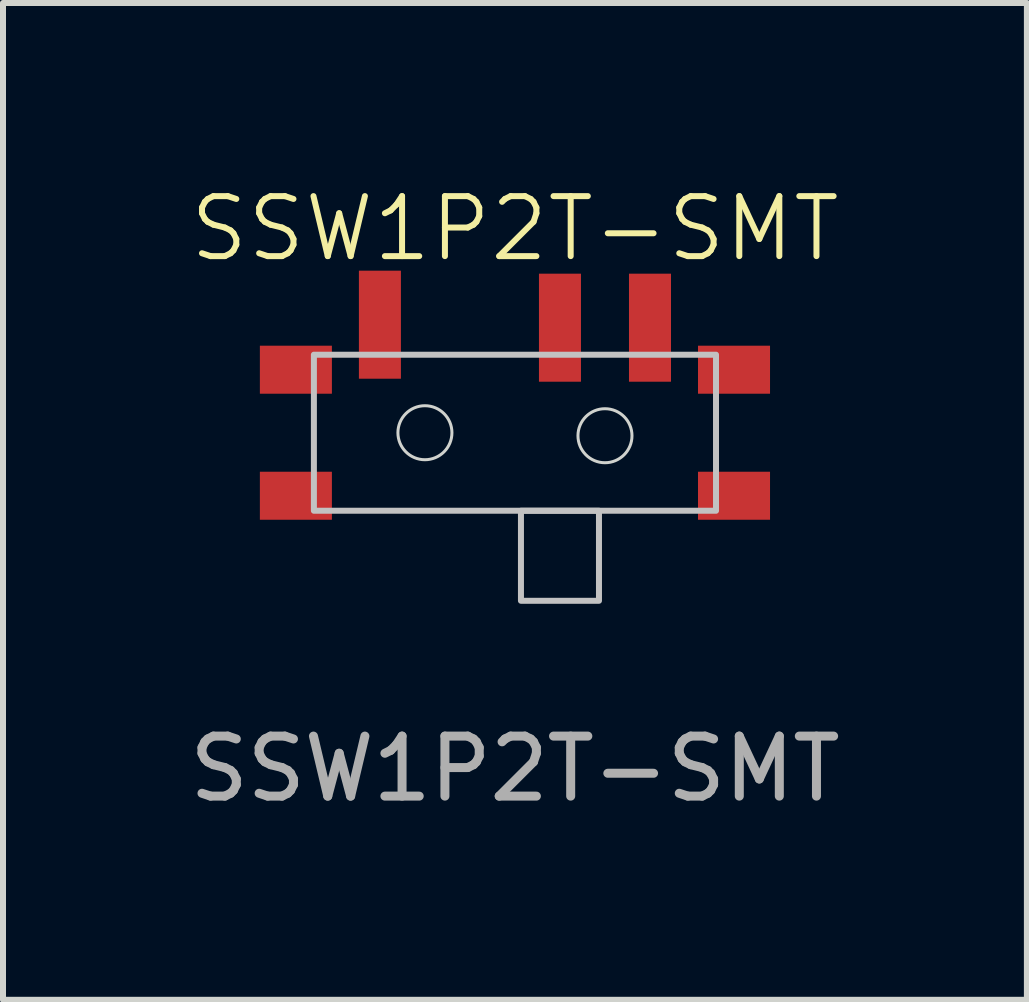
<source format=kicad_pcb>
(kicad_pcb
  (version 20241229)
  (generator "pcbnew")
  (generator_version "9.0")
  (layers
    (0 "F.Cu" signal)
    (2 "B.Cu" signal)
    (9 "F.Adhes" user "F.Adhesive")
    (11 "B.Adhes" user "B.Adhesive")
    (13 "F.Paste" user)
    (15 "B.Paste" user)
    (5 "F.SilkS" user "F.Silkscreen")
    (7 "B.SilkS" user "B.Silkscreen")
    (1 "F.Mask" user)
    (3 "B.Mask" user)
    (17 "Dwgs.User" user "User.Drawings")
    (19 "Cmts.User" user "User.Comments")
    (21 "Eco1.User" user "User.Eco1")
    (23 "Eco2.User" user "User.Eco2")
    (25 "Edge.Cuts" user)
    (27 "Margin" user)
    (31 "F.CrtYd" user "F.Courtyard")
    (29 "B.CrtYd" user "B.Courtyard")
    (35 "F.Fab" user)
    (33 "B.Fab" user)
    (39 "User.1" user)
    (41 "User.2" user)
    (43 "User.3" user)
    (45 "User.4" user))
  (footprint "SSW1P2T-SMT"
    (layer "F.Cu")
    (at 5.53 4.16)
    (property "Reference" "SSW1P2T-SMT" (at 0 -3.4 0) (unlocked yes) (layer "F.SilkS") (effects (font (size 1 1) (thickness 0.1))))
    (attr smd)
    (fp_rect (start -3.35 -1.3) (end 3.35 1.3) (stroke (width 0.1) (type default)) (fill no) (layer "Dwgs.User"))
    (fp_rect (start 0.1 1.3) (end 1.4 2.8) (stroke (width 0.1) (type default)) (fill no) (layer "Dwgs.User"))
    (fp_circle (center -1.5 0) (end -1.05 0) (stroke (width 0.05) (type default)) (fill no) (layer "Edge.Cuts"))
    (fp_circle (center 1.5 0.05) (end 1.95 0.05) (stroke (width 0.05) (type default)) (fill no) (layer "Edge.Cuts"))
    (fp_text user "${REFERENCE}" (at 0 5.6 0) (unlocked yes) (layer "F.Fab") (effects (font (size 1 1) (thickness 0.15))))
    (pad "1" smd rect (at -2.25 -1.8) (size 0.7 1.8) (layers "F.Cu" "F.Mask" "F.Paste"))
    (pad "2" smd rect (at 0.75 -1.75) (size 0.7 1.8) (layers "F.Cu" "F.Mask" "F.Paste"))
    (pad "3" smd rect (at 2.25 -1.75) (size 0.7 1.8) (layers "F.Cu" "F.Mask" "F.Paste"))
    (pad "4" smd rect (at -3.65 -1.05) (size 1.2 0.8) (layers "F.Cu" "F.Mask" "F.Paste"))
    (pad "4" smd rect (at -3.65 1.05) (size 1.2 0.8) (layers "F.Cu" "F.Mask" "F.Paste"))
    (pad "4" smd rect (at 3.65 -1.05) (size 1.2 0.8) (layers "F.Cu" "F.Mask" "F.Paste"))
    (pad "4" smd rect (at 3.65 1.05) (size 1.2 0.8) (layers "F.Cu" "F.Mask" "F.Paste")))
  (gr_rect
    (start -3 -3)
    (end 14.06 13.609)
    (stroke (width 0.1) (type default))
    (fill no)
    (layer "Edge.Cuts")))
</source>
